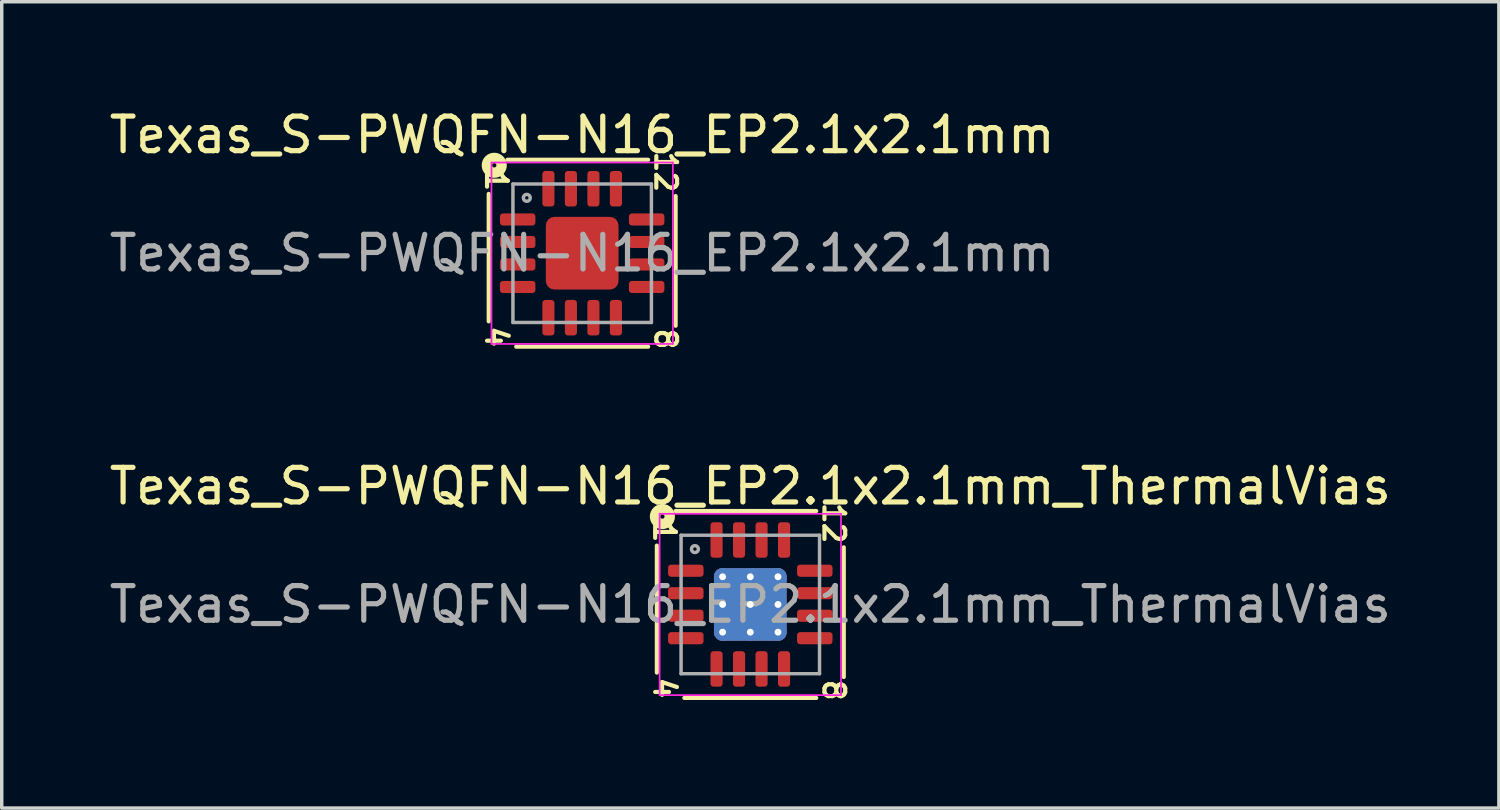
<source format=kicad_pcb>
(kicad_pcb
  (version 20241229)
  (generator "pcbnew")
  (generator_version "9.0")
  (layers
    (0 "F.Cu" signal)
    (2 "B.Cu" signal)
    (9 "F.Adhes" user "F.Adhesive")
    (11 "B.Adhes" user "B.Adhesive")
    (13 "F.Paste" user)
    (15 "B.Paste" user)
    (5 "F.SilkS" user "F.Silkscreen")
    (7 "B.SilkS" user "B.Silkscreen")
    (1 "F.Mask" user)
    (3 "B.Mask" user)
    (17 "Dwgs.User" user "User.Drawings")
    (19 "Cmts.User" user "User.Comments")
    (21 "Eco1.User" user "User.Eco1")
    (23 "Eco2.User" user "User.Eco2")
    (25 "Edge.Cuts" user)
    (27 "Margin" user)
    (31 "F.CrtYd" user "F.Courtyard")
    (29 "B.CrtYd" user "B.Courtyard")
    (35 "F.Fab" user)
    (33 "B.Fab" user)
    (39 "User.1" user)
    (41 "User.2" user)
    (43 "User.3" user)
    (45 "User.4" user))
  (footprint "Texas_S-PWQFN-N16_EP2.1x2.1mm"
    (layer "F.Cu")
    (at 13.768 4.265)
    (property "Reference" "Texas_S-PWQFN-N16_EP2.1x2.1mm" (at 0 -3.417 0) (layer "F.SilkS") (effects (font (size 1 1) (thickness 0.15))))
    (attr smd)
    (fp_line (start -2.7 -1.714) (end -2.7 1.968) (stroke (width 0.12) (type solid)) (layer "F.SilkS"))
    (fp_line (start -1.905 2.7) (end 1.905 2.7) (stroke (width 0.12) (type solid)) (layer "F.SilkS"))
    (fp_line (start 1.905 -2.7) (end -2.159 -2.7) (stroke (width 0.12) (type solid)) (layer "F.SilkS"))
    (fp_line (start 2.7 2.095) (end 2.7 -1.651) (stroke (width 0.12) (type solid)) (layer "F.SilkS"))
    (fp_circle (center -2.54 -2.54) (end -2.477 -2.54) (stroke (width 0.3) (type solid)) (fill no) (layer "F.SilkS"))
    (fp_line (start -2.62 -2.62) (end -2.62 2.62) (stroke (width 0.05) (type solid)) (layer "F.CrtYd"))
    (fp_line (start -2.62 2.62) (end 2.62 2.62) (stroke (width 0.05) (type solid)) (layer "F.CrtYd"))
    (fp_line (start 2.62 -2.62) (end -2.62 -2.62) (stroke (width 0.05) (type solid)) (layer "F.CrtYd"))
    (fp_line (start 2.62 2.62) (end 2.62 -2.62) (stroke (width 0.05) (type solid)) (layer "F.CrtYd"))
    (fp_line (start -2 -2) (end 2 -2) (stroke (width 0.1) (type solid)) (layer "F.Fab"))
    (fp_line (start -2 2) (end -2 -2) (stroke (width 0.1) (type solid)) (layer "F.Fab"))
    (fp_line (start 2 -2) (end 2 2) (stroke (width 0.1) (type solid)) (layer "F.Fab"))
    (fp_line (start 2 2) (end -2 2) (stroke (width 0.1) (type solid)) (layer "F.Fab"))
    (fp_circle (center -1.6 -1.6) (end -1.5 -1.6) (stroke (width 0.1) (type solid)) (fill no) (layer "F.Fab"))
    (fp_text user "1" (at -2.477 -2.095 270) (unlocked yes) (layer "F.SilkS") (effects (font (size 0.6 0.6) (thickness 0.12))))
    (fp_text user "8" (at 2.413 2.477 270) (unlocked yes) (layer "F.SilkS") (effects (font (size 0.6 0.6) (thickness 0.12))))
    (fp_text user "4" (at -2.477 2.413 270) (unlocked yes) (layer "F.SilkS") (effects (font (size 0.6 0.6) (thickness 0.12))))
    (fp_text user "12" (at 2.413 -2.349 270) (unlocked yes) (layer "F.SilkS") (effects (font (size 0.6 0.6) (thickness 0.12))))
    (fp_text user "${REFERENCE}" (at 0 0 0) (layer "F.Fab") (effects (font (size 1 1) (thickness 0.15))))
    (pad "" smd roundrect (at -0.525 -0.525) (size 0.85 0.85) (layers "F.Paste") (roundrect_rratio 0.25))
    (pad "" smd roundrect (at -0.525 0.525) (size 0.85 0.85) (layers "F.Paste") (roundrect_rratio 0.25))
    (pad "" smd roundrect (at 0.525 -0.525) (size 0.85 0.85) (layers "F.Paste") (roundrect_rratio 0.25))
    (pad "" smd roundrect (at 0.525 0.525) (size 0.85 0.85) (layers "F.Paste") (roundrect_rratio 0.25))
    (pad "1" smd roundrect (at -1.863 -0.975) (size 1.025 0.35) (layers "F.Cu" "F.Mask" "F.Paste") (roundrect_rratio 0.25))
    (pad "2" smd roundrect (at -1.863 -0.325) (size 1.025 0.35) (layers "F.Cu" "F.Mask" "F.Paste") (roundrect_rratio 0.25))
    (pad "3" smd roundrect (at -1.863 0.325) (size 1.025 0.35) (layers "F.Cu" "F.Mask" "F.Paste") (roundrect_rratio 0.25))
    (pad "4" smd roundrect (at -1.863 0.975) (size 1.025 0.35) (layers "F.Cu" "F.Mask" "F.Paste") (roundrect_rratio 0.25))
    (pad "5" smd roundrect (at -0.975 1.863) (size 0.35 1.025) (layers "F.Cu" "F.Mask" "F.Paste") (roundrect_rratio 0.25))
    (pad "6" smd roundrect (at -0.325 1.863) (size 0.35 1.025) (layers "F.Cu" "F.Mask" "F.Paste") (roundrect_rratio 0.25))
    (pad "7" smd roundrect (at 0.325 1.863) (size 0.35 1.025) (layers "F.Cu" "F.Mask" "F.Paste") (roundrect_rratio 0.25))
    (pad "8" smd roundrect (at 0.975 1.863) (size 0.35 1.025) (layers "F.Cu" "F.Mask" "F.Paste") (roundrect_rratio 0.25))
    (pad "9" smd roundrect (at 1.863 0.975) (size 1.025 0.35) (layers "F.Cu" "F.Mask" "F.Paste") (roundrect_rratio 0.25))
    (pad "10" smd roundrect (at 1.863 0.325) (size 1.025 0.35) (layers "F.Cu" "F.Mask" "F.Paste") (roundrect_rratio 0.25))
    (pad "11" smd roundrect (at 1.863 -0.325) (size 1.025 0.35) (layers "F.Cu" "F.Mask" "F.Paste") (roundrect_rratio 0.25))
    (pad "12" smd roundrect (at 1.863 -0.975) (size 1.025 0.35) (layers "F.Cu" "F.Mask" "F.Paste") (roundrect_rratio 0.25))
    (pad "13" smd roundrect (at 0.975 -1.863) (size 0.35 1.025) (layers "F.Cu" "F.Mask" "F.Paste") (roundrect_rratio 0.25))
    (pad "14" smd roundrect (at 0.325 -1.863) (size 0.35 1.025) (layers "F.Cu" "F.Mask" "F.Paste") (roundrect_rratio 0.25))
    (pad "15" smd roundrect (at -0.325 -1.863) (size 0.35 1.025) (layers "F.Cu" "F.Mask" "F.Paste") (roundrect_rratio 0.25))
    (pad "16" smd roundrect (at -0.975 -1.863) (size 0.35 1.025) (layers "F.Cu" "F.Mask" "F.Paste") (roundrect_rratio 0.25))
    (pad "17" smd roundrect (at 0 0) (size 2.1 2.1) (layers "F.Cu" "F.Mask") (roundrect_rratio 0.119)))
  (footprint "Texas_S-PWQFN-N16_EP2.1x2.1mm_ThermalVias"
    (layer "F.Cu")
    (at 18.625 14.412)
    (property "Reference" "Texas_S-PWQFN-N16_EP2.1x2.1mm_ThermalVias" (at 0 -3.417 0) (layer "F.SilkS") (effects (font (size 1 1) (thickness 0.15))))
    (attr smd)
    (fp_line (start -2.7 -1.7) (end -2.7 1.968) (stroke (width 0.12) (type solid)) (layer "F.SilkS"))
    (fp_line (start -1.905 2.7) (end 1.905 2.7) (stroke (width 0.12) (type solid)) (layer "F.SilkS"))
    (fp_line (start 1.905 -2.7) (end -2.159 -2.7) (stroke (width 0.12) (type solid)) (layer "F.SilkS"))
    (fp_line (start 2.7 2.095) (end 2.7 -1.651) (stroke (width 0.12) (type solid)) (layer "F.SilkS"))
    (fp_circle (center -2.54 -2.54) (end -2.477 -2.54) (stroke (width 0.3) (type solid)) (fill no) (layer "F.SilkS"))
    (fp_line (start -2.62 -2.62) (end -2.62 2.62) (stroke (width 0.05) (type solid)) (layer "F.CrtYd"))
    (fp_line (start -2.62 2.62) (end 2.62 2.62) (stroke (width 0.05) (type solid)) (layer "F.CrtYd"))
    (fp_line (start 2.62 -2.62) (end -2.62 -2.62) (stroke (width 0.05) (type solid)) (layer "F.CrtYd"))
    (fp_line (start 2.62 2.62) (end 2.62 -2.62) (stroke (width 0.05) (type solid)) (layer "F.CrtYd"))
    (fp_line (start -2 -2) (end 2 -2) (stroke (width 0.1) (type solid)) (layer "F.Fab"))
    (fp_line (start -2 2) (end -2 -2) (stroke (width 0.1) (type solid)) (layer "F.Fab"))
    (fp_line (start 2 -2) (end 2 2) (stroke (width 0.1) (type solid)) (layer "F.Fab"))
    (fp_line (start 2 2) (end -2 2) (stroke (width 0.1) (type solid)) (layer "F.Fab"))
    (fp_circle (center -1.6 -1.6) (end -1.5 -1.6) (stroke (width 0.1) (type solid)) (fill no) (layer "F.Fab"))
    (fp_text user "4" (at -2.477 2.413 270) (unlocked yes) (layer "F.SilkS") (effects (font (size 0.6 0.6) (thickness 0.12))))
    (fp_text user "1" (at -2.477 -2.095 270) (unlocked yes) (layer "F.SilkS") (effects (font (size 0.6 0.6) (thickness 0.12))))
    (fp_text user "12" (at 2.413 -2.349 270) (unlocked yes) (layer "F.SilkS") (effects (font (size 0.6 0.6) (thickness 0.12))))
    (fp_text user "8" (at 2.413 2.477 270) (unlocked yes) (layer "F.SilkS") (effects (font (size 0.6 0.6) (thickness 0.12))))
    (fp_text user "${REFERENCE}" (at 0 0 0) (layer "F.Fab") (effects (font (size 1 1) (thickness 0.15))))
    (pad "" smd roundrect (at -0.525 -0.525) (size 0.88 0.88) (layers "F.Paste") (roundrect_rratio 0.25))
    (pad "" smd roundrect (at -0.525 0.525) (size 0.88 0.88) (layers "F.Paste") (roundrect_rratio 0.25))
    (pad "" smd roundrect (at 0.525 -0.525) (size 0.88 0.88) (layers "F.Paste") (roundrect_rratio 0.25))
    (pad "" smd roundrect (at 0.525 0.525) (size 0.88 0.88) (layers "F.Paste") (roundrect_rratio 0.25))
    (pad "1" smd roundrect (at -1.863 -0.975) (size 1.025 0.35) (layers "F.Cu" "F.Mask" "F.Paste") (roundrect_rratio 0.25))
    (pad "2" smd roundrect (at -1.863 -0.325) (size 1.025 0.35) (layers "F.Cu" "F.Mask" "F.Paste") (roundrect_rratio 0.25))
    (pad "3" smd roundrect (at -1.863 0.325) (size 1.025 0.35) (layers "F.Cu" "F.Mask" "F.Paste") (roundrect_rratio 0.25))
    (pad "4" smd roundrect (at -1.863 0.975) (size 1.025 0.35) (layers "F.Cu" "F.Mask" "F.Paste") (roundrect_rratio 0.25))
    (pad "5" smd roundrect (at -0.975 1.863) (size 0.35 1.025) (layers "F.Cu" "F.Mask" "F.Paste") (roundrect_rratio 0.25))
    (pad "6" smd roundrect (at -0.325 1.863) (size 0.35 1.025) (layers "F.Cu" "F.Mask" "F.Paste") (roundrect_rratio 0.25))
    (pad "7" smd roundrect (at 0.325 1.863) (size 0.35 1.025) (layers "F.Cu" "F.Mask" "F.Paste") (roundrect_rratio 0.25))
    (pad "8" smd roundrect (at 0.975 1.863) (size 0.35 1.025) (layers "F.Cu" "F.Mask" "F.Paste") (roundrect_rratio 0.25))
    (pad "9" smd roundrect (at 1.863 0.975) (size 1.025 0.35) (layers "F.Cu" "F.Mask" "F.Paste") (roundrect_rratio 0.25))
    (pad "10" smd roundrect (at 1.863 0.325) (size 1.025 0.35) (layers "F.Cu" "F.Mask" "F.Paste") (roundrect_rratio 0.25))
    (pad "11" smd roundrect (at 1.863 -0.325) (size 1.025 0.35) (layers "F.Cu" "F.Mask" "F.Paste") (roundrect_rratio 0.25))
    (pad "12" smd roundrect (at 1.863 -0.975) (size 1.025 0.35) (layers "F.Cu" "F.Mask" "F.Paste") (roundrect_rratio 0.25))
    (pad "13" smd roundrect (at 0.975 -1.863) (size 0.35 1.025) (layers "F.Cu" "F.Mask" "F.Paste") (roundrect_rratio 0.25))
    (pad "14" smd roundrect (at 0.325 -1.863) (size 0.35 1.025) (layers "F.Cu" "F.Mask" "F.Paste") (roundrect_rratio 0.25))
    (pad "15" smd roundrect (at -0.325 -1.863) (size 0.35 1.025) (layers "F.Cu" "F.Mask" "F.Paste") (roundrect_rratio 0.25))
    (pad "16" smd roundrect (at -0.975 -1.863) (size 0.35 1.025) (layers "F.Cu" "F.Mask" "F.Paste") (roundrect_rratio 0.25))
    (pad "17" thru_hole circle (at -0.8 -0.8) (size 0.5 0.5) (drill 0.2) (property pad_prop_heatsink) (layers "*.Cu"))
    (pad "17" thru_hole circle (at -0.8 0) (size 0.5 0.5) (drill 0.2) (property pad_prop_heatsink) (layers "*.Cu"))
    (pad "17" thru_hole circle (at -0.8 0.8) (size 0.5 0.5) (drill 0.2) (property pad_prop_heatsink) (layers "*.Cu"))
    (pad "17" thru_hole circle (at 0 -0.8) (size 0.5 0.5) (drill 0.2) (property pad_prop_heatsink) (layers "*.Cu"))
    (pad "17" thru_hole circle (at 0 0) (size 0.5 0.5) (drill 0.2) (property pad_prop_heatsink) (layers "*.Cu"))
    (pad "17" smd roundrect (at 0 0) (size 2.1 2.1) (layers "F.Cu" "F.Mask") (roundrect_rratio 0.119))
    (pad "17" smd roundrect (at 0 0) (size 2.1 2.1) (layers "B.Cu" "B.Mask") (roundrect_rratio 0.119))
    (pad "17" thru_hole circle (at 0 0.8) (size 0.5 0.5) (drill 0.2) (property pad_prop_heatsink) (layers "*.Cu"))
    (pad "17" thru_hole circle (at 0.8 -0.8) (size 0.5 0.5) (drill 0.2) (property pad_prop_heatsink) (layers "*.Cu"))
    (pad "17" thru_hole circle (at 0.8 0) (size 0.5 0.5) (drill 0.2) (property pad_prop_heatsink) (layers "*.Cu"))
    (pad "17" thru_hole circle (at 0.8 0.8) (size 0.5 0.5) (drill 0.2) (property pad_prop_heatsink) (layers "*.Cu")))
  (gr_rect
    (start -3 -3)
    (end 40.25 20.294)
    (stroke (width 0.1) (type default))
    (fill no)
    (layer "Edge.Cuts")))
</source>
